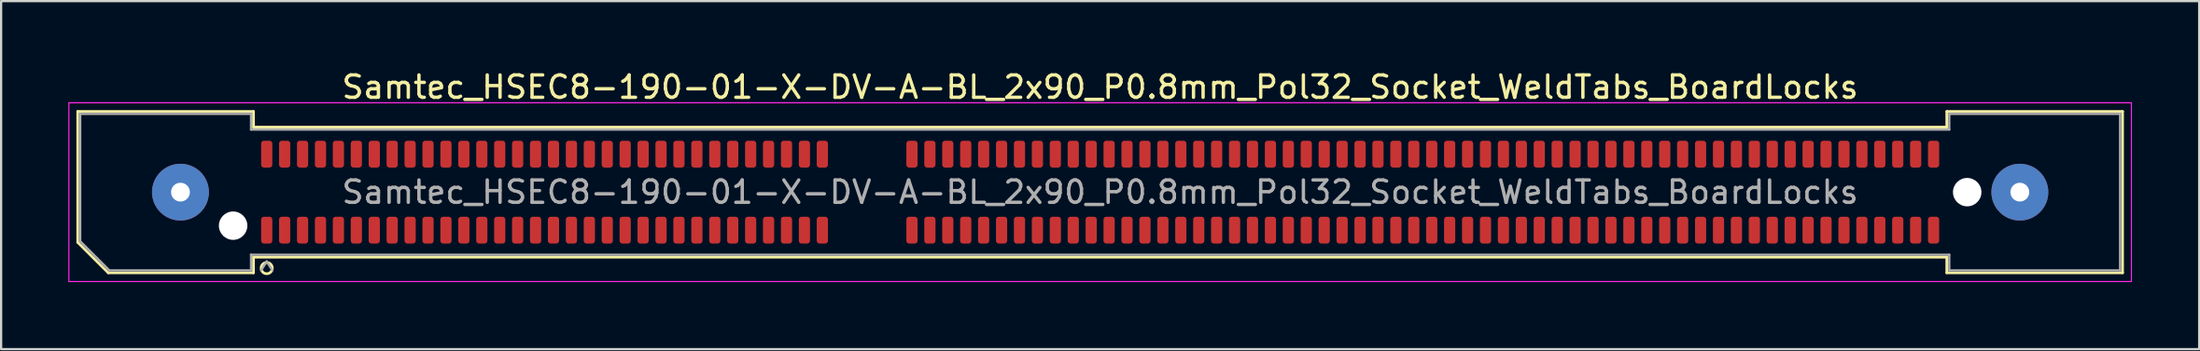
<source format=kicad_pcb>
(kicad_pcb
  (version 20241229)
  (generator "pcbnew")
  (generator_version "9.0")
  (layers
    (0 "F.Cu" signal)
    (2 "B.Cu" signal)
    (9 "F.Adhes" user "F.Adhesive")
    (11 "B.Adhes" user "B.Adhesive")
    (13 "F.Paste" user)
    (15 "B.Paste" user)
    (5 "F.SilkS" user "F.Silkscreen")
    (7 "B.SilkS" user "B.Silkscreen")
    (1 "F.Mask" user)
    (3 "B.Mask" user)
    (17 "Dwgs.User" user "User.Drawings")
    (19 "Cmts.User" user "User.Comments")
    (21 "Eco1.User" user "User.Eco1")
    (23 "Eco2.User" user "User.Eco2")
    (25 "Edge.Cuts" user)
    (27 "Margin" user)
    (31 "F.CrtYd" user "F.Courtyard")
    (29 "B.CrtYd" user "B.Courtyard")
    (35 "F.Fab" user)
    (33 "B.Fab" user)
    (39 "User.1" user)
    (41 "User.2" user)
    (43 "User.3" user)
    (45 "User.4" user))
  (footprint "Samtec_HSEC8-190-01-X-DV-A-BL_2x90_P0.8mm_Pol32_Socket_WeldTabs_BoardLocks"
    (layer "F.Cu")
    (at 46.055 5.548)
    (property "Reference" "Samtec_HSEC8-190-01-X-DV-A-BL_2x90_P0.8mm_Pol32_Socket_WeldTabs_BoardLocks" (at 0 -4.7 0) (layer "F.SilkS") (effects (font (size 1 1) (thickness 0.15))))
    (attr smd)
    (fp_line (start -45.635 -3.61) (end -37.79 -3.61) (stroke (width 0.12) (type solid)) (layer "F.SilkS"))
    (fp_line (start -45.635 2.246) (end -45.635 -3.61) (stroke (width 0.12) (type solid)) (layer "F.SilkS"))
    (fp_line (start -44.271 3.61) (end -45.635 2.246) (stroke (width 0.12) (type solid)) (layer "F.SilkS"))
    (fp_line (start -37.79 -3.61) (end -37.79 -2.91) (stroke (width 0.12) (type solid)) (layer "F.SilkS"))
    (fp_line (start -37.79 -2.91) (end 37.79 -2.91) (stroke (width 0.12) (type solid)) (layer "F.SilkS"))
    (fp_line (start -37.79 2.91) (end -37.79 3.61) (stroke (width 0.12) (type solid)) (layer "F.SilkS"))
    (fp_line (start -37.79 3.61) (end -44.271 3.61) (stroke (width 0.12) (type solid)) (layer "F.SilkS"))
    (fp_line (start 37.79 -3.61) (end 45.635 -3.61) (stroke (width 0.12) (type solid)) (layer "F.SilkS"))
    (fp_line (start 37.79 -2.91) (end 37.79 -3.61) (stroke (width 0.12) (type solid)) (layer "F.SilkS"))
    (fp_line (start 37.79 2.91) (end -37.79 2.91) (stroke (width 0.12) (type solid)) (layer "F.SilkS"))
    (fp_line (start 37.79 3.61) (end 37.79 2.91) (stroke (width 0.12) (type solid)) (layer "F.SilkS"))
    (fp_line (start 45.635 -3.61) (end 45.635 3.61) (stroke (width 0.12) (type solid)) (layer "F.SilkS"))
    (fp_line (start 45.635 3.61) (end 37.79 3.61) (stroke (width 0.12) (type solid)) (layer "F.SilkS"))
    (fp_circle (center -37.2 3.4) (end -36.95 3.4) (stroke (width 0.12) (type solid)) (fill no) (layer "F.SilkS"))
    (fp_line (start -46.03 -4) (end -46.03 4) (stroke (width 0.05) (type solid)) (layer "F.CrtYd"))
    (fp_line (start -46.03 4) (end 46.03 4) (stroke (width 0.05) (type solid)) (layer "F.CrtYd"))
    (fp_line (start 46.03 -4) (end -46.03 -4) (stroke (width 0.05) (type solid)) (layer "F.CrtYd"))
    (fp_line (start 46.03 4) (end 46.03 -4) (stroke (width 0.05) (type solid)) (layer "F.CrtYd"))
    (fp_line (start -45.525 -3.5) (end -37.9 -3.5) (stroke (width 0.1) (type solid)) (layer "F.Fab"))
    (fp_line (start -45.525 2.2) (end -45.525 -3.5) (stroke (width 0.1) (type solid)) (layer "F.Fab"))
    (fp_line (start -44.225 3.5) (end -45.525 2.2) (stroke (width 0.1) (type solid)) (layer "F.Fab"))
    (fp_line (start -37.9 -3.5) (end -37.9 -2.8) (stroke (width 0.1) (type solid)) (layer "F.Fab"))
    (fp_line (start -37.9 -2.8) (end 37.9 -2.8) (stroke (width 0.1) (type solid)) (layer "F.Fab"))
    (fp_line (start -37.9 2.8) (end -37.9 3.5) (stroke (width 0.1) (type solid)) (layer "F.Fab"))
    (fp_line (start -37.9 3.5) (end -44.225 3.5) (stroke (width 0.1) (type solid)) (layer "F.Fab"))
    (fp_line (start -37.2 3.1) (end -37.45 3.5) (stroke (width 0.1) (type solid)) (layer "F.Fab"))
    (fp_line (start -37.2 3.1) (end -36.95 3.5) (stroke (width 0.1) (type solid)) (layer "F.Fab"))
    (fp_line (start 37.9 -3.5) (end 45.525 -3.5) (stroke (width 0.1) (type solid)) (layer "F.Fab"))
    (fp_line (start 37.9 -2.8) (end 37.9 -3.5) (stroke (width 0.1) (type solid)) (layer "F.Fab"))
    (fp_line (start 37.9 2.8) (end -37.9 2.8) (stroke (width 0.1) (type solid)) (layer "F.Fab"))
    (fp_line (start 37.9 3.5) (end 37.9 2.8) (stroke (width 0.1) (type solid)) (layer "F.Fab"))
    (fp_line (start 45.525 -3.5) (end 45.525 3.5) (stroke (width 0.1) (type solid)) (layer "F.Fab"))
    (fp_line (start 45.525 3.5) (end 37.9 3.5) (stroke (width 0.1) (type solid)) (layer "F.Fab"))
    (fp_text user "${REFERENCE}" (at 0 0 0) (layer "F.Fab") (effects (font (size 1 1) (thickness 0.15))))
    (pad "" thru_hole circle (at -41.05 0) (size 2.54 2.54) (drill 0.84) (layers "*.Cu" "*.Mask" "F.Paste"))
    (pad "" np_thru_hole circle (at -38.7 1.5) (size 1.27 1.27) (drill 1.27) (layers "*.Cu" "*.Mask"))
    (pad "" np_thru_hole circle (at 38.7 0) (size 1.27 1.27) (drill 1.27) (layers "*.Cu" "*.Mask"))
    (pad "" thru_hole circle (at 41.05 0) (size 2.54 2.54) (drill 0.84) (layers "*.Cu" "*.Mask" "F.Paste"))
    (pad "1" smd roundrect (at -37.2 1.7) (size 0.5 1.2) (layers "F.Cu" "F.Mask" "F.Paste") (roundrect_rratio 0.25))
    (pad "2" smd roundrect (at -37.2 -1.7) (size 0.5 1.2) (layers "F.Cu" "F.Mask" "F.Paste") (roundrect_rratio 0.25))
    (pad "3" smd roundrect (at -36.4 1.7) (size 0.5 1.2) (layers "F.Cu" "F.Mask" "F.Paste") (roundrect_rratio 0.25))
    (pad "4" smd roundrect (at -36.4 -1.7) (size 0.5 1.2) (layers "F.Cu" "F.Mask" "F.Paste") (roundrect_rratio 0.25))
    (pad "5" smd roundrect (at -35.6 1.7) (size 0.5 1.2) (layers "F.Cu" "F.Mask" "F.Paste") (roundrect_rratio 0.25))
    (pad "6" smd roundrect (at -35.6 -1.7) (size 0.5 1.2) (layers "F.Cu" "F.Mask" "F.Paste") (roundrect_rratio 0.25))
    (pad "7" smd roundrect (at -34.8 1.7) (size 0.5 1.2) (layers "F.Cu" "F.Mask" "F.Paste") (roundrect_rratio 0.25))
    (pad "8" smd roundrect (at -34.8 -1.7) (size 0.5 1.2) (layers "F.Cu" "F.Mask" "F.Paste") (roundrect_rratio 0.25))
    (pad "9" smd roundrect (at -34 1.7) (size 0.5 1.2) (layers "F.Cu" "F.Mask" "F.Paste") (roundrect_rratio 0.25))
    (pad "10" smd roundrect (at -34 -1.7) (size 0.5 1.2) (layers "F.Cu" "F.Mask" "F.Paste") (roundrect_rratio 0.25))
    (pad "11" smd roundrect (at -33.2 1.7) (size 0.5 1.2) (layers "F.Cu" "F.Mask" "F.Paste") (roundrect_rratio 0.25))
    (pad "12" smd roundrect (at -33.2 -1.7) (size 0.5 1.2) (layers "F.Cu" "F.Mask" "F.Paste") (roundrect_rratio 0.25))
    (pad "13" smd roundrect (at -32.4 1.7) (size 0.5 1.2) (layers "F.Cu" "F.Mask" "F.Paste") (roundrect_rratio 0.25))
    (pad "14" smd roundrect (at -32.4 -1.7) (size 0.5 1.2) (layers "F.Cu" "F.Mask" "F.Paste") (roundrect_rratio 0.25))
    (pad "15" smd roundrect (at -31.6 1.7) (size 0.5 1.2) (layers "F.Cu" "F.Mask" "F.Paste") (roundrect_rratio 0.25))
    (pad "16" smd roundrect (at -31.6 -1.7) (size 0.5 1.2) (layers "F.Cu" "F.Mask" "F.Paste") (roundrect_rratio 0.25))
    (pad "17" smd roundrect (at -30.8 1.7) (size 0.5 1.2) (layers "F.Cu" "F.Mask" "F.Paste") (roundrect_rratio 0.25))
    (pad "18" smd roundrect (at -30.8 -1.7) (size 0.5 1.2) (layers "F.Cu" "F.Mask" "F.Paste") (roundrect_rratio 0.25))
    (pad "19" smd roundrect (at -30 1.7) (size 0.5 1.2) (layers "F.Cu" "F.Mask" "F.Paste") (roundrect_rratio 0.25))
    (pad "20" smd roundrect (at -30 -1.7) (size 0.5 1.2) (layers "F.Cu" "F.Mask" "F.Paste") (roundrect_rratio 0.25))
    (pad "21" smd roundrect (at -29.2 1.7) (size 0.5 1.2) (layers "F.Cu" "F.Mask" "F.Paste") (roundrect_rratio 0.25))
    (pad "22" smd roundrect (at -29.2 -1.7) (size 0.5 1.2) (layers "F.Cu" "F.Mask" "F.Paste") (roundrect_rratio 0.25))
    (pad "23" smd roundrect (at -28.4 1.7) (size 0.5 1.2) (layers "F.Cu" "F.Mask" "F.Paste") (roundrect_rratio 0.25))
    (pad "24" smd roundrect (at -28.4 -1.7) (size 0.5 1.2) (layers "F.Cu" "F.Mask" "F.Paste") (roundrect_rratio 0.25))
    (pad "25" smd roundrect (at -27.6 1.7) (size 0.5 1.2) (layers "F.Cu" "F.Mask" "F.Paste") (roundrect_rratio 0.25))
    (pad "26" smd roundrect (at -27.6 -1.7) (size 0.5 1.2) (layers "F.Cu" "F.Mask" "F.Paste") (roundrect_rratio 0.25))
    (pad "27" smd roundrect (at -26.8 1.7) (size 0.5 1.2) (layers "F.Cu" "F.Mask" "F.Paste") (roundrect_rratio 0.25))
    (pad "28" smd roundrect (at -26.8 -1.7) (size 0.5 1.2) (layers "F.Cu" "F.Mask" "F.Paste") (roundrect_rratio 0.25))
    (pad "29" smd roundrect (at -26 1.7) (size 0.5 1.2) (layers "F.Cu" "F.Mask" "F.Paste") (roundrect_rratio 0.25))
    (pad "30" smd roundrect (at -26 -1.7) (size 0.5 1.2) (layers "F.Cu" "F.Mask" "F.Paste") (roundrect_rratio 0.25))
    (pad "31" smd roundrect (at -25.2 1.7) (size 0.5 1.2) (layers "F.Cu" "F.Mask" "F.Paste") (roundrect_rratio 0.25))
    (pad "32" smd roundrect (at -25.2 -1.7) (size 0.5 1.2) (layers "F.Cu" "F.Mask" "F.Paste") (roundrect_rratio 0.25))
    (pad "33" smd roundrect (at -24.4 1.7) (size 0.5 1.2) (layers "F.Cu" "F.Mask" "F.Paste") (roundrect_rratio 0.25))
    (pad "34" smd roundrect (at -24.4 -1.7) (size 0.5 1.2) (layers "F.Cu" "F.Mask" "F.Paste") (roundrect_rratio 0.25))
    (pad "35" smd roundrect (at -23.6 1.7) (size 0.5 1.2) (layers "F.Cu" "F.Mask" "F.Paste") (roundrect_rratio 0.25))
    (pad "36" smd roundrect (at -23.6 -1.7) (size 0.5 1.2) (layers "F.Cu" "F.Mask" "F.Paste") (roundrect_rratio 0.25))
    (pad "37" smd roundrect (at -22.8 1.7) (size 0.5 1.2) (layers "F.Cu" "F.Mask" "F.Paste") (roundrect_rratio 0.25))
    (pad "38" smd roundrect (at -22.8 -1.7) (size 0.5 1.2) (layers "F.Cu" "F.Mask" "F.Paste") (roundrect_rratio 0.25))
    (pad "39" smd roundrect (at -22 1.7) (size 0.5 1.2) (layers "F.Cu" "F.Mask" "F.Paste") (roundrect_rratio 0.25))
    (pad "40" smd roundrect (at -22 -1.7) (size 0.5 1.2) (layers "F.Cu" "F.Mask" "F.Paste") (roundrect_rratio 0.25))
    (pad "41" smd roundrect (at -21.2 1.7) (size 0.5 1.2) (layers "F.Cu" "F.Mask" "F.Paste") (roundrect_rratio 0.25))
    (pad "42" smd roundrect (at -21.2 -1.7) (size 0.5 1.2) (layers "F.Cu" "F.Mask" "F.Paste") (roundrect_rratio 0.25))
    (pad "43" smd roundrect (at -20.4 1.7) (size 0.5 1.2) (layers "F.Cu" "F.Mask" "F.Paste") (roundrect_rratio 0.25))
    (pad "44" smd roundrect (at -20.4 -1.7) (size 0.5 1.2) (layers "F.Cu" "F.Mask" "F.Paste") (roundrect_rratio 0.25))
    (pad "45" smd roundrect (at -19.6 1.7) (size 0.5 1.2) (layers "F.Cu" "F.Mask" "F.Paste") (roundrect_rratio 0.25))
    (pad "46" smd roundrect (at -19.6 -1.7) (size 0.5 1.2) (layers "F.Cu" "F.Mask" "F.Paste") (roundrect_rratio 0.25))
    (pad "47" smd roundrect (at -18.8 1.7) (size 0.5 1.2) (layers "F.Cu" "F.Mask" "F.Paste") (roundrect_rratio 0.25))
    (pad "48" smd roundrect (at -18.8 -1.7) (size 0.5 1.2) (layers "F.Cu" "F.Mask" "F.Paste") (roundrect_rratio 0.25))
    (pad "49" smd roundrect (at -18 1.7) (size 0.5 1.2) (layers "F.Cu" "F.Mask" "F.Paste") (roundrect_rratio 0.25))
    (pad "50" smd roundrect (at -18 -1.7) (size 0.5 1.2) (layers "F.Cu" "F.Mask" "F.Paste") (roundrect_rratio 0.25))
    (pad "51" smd roundrect (at -17.2 1.7) (size 0.5 1.2) (layers "F.Cu" "F.Mask" "F.Paste") (roundrect_rratio 0.25))
    (pad "52" smd roundrect (at -17.2 -1.7) (size 0.5 1.2) (layers "F.Cu" "F.Mask" "F.Paste") (roundrect_rratio 0.25))
    (pad "53" smd roundrect (at -16.4 1.7) (size 0.5 1.2) (layers "F.Cu" "F.Mask" "F.Paste") (roundrect_rratio 0.25))
    (pad "54" smd roundrect (at -16.4 -1.7) (size 0.5 1.2) (layers "F.Cu" "F.Mask" "F.Paste") (roundrect_rratio 0.25))
    (pad "55" smd roundrect (at -15.6 1.7) (size 0.5 1.2) (layers "F.Cu" "F.Mask" "F.Paste") (roundrect_rratio 0.25))
    (pad "56" smd roundrect (at -15.6 -1.7) (size 0.5 1.2) (layers "F.Cu" "F.Mask" "F.Paste") (roundrect_rratio 0.25))
    (pad "57" smd roundrect (at -14.8 1.7) (size 0.5 1.2) (layers "F.Cu" "F.Mask" "F.Paste") (roundrect_rratio 0.25))
    (pad "58" smd roundrect (at -14.8 -1.7) (size 0.5 1.2) (layers "F.Cu" "F.Mask" "F.Paste") (roundrect_rratio 0.25))
    (pad "59" smd roundrect (at -14 1.7) (size 0.5 1.2) (layers "F.Cu" "F.Mask" "F.Paste") (roundrect_rratio 0.25))
    (pad "60" smd roundrect (at -14 -1.7) (size 0.5 1.2) (layers "F.Cu" "F.Mask" "F.Paste") (roundrect_rratio 0.25))
    (pad "61" smd roundrect (at -13.2 1.7) (size 0.5 1.2) (layers "F.Cu" "F.Mask" "F.Paste") (roundrect_rratio 0.25))
    (pad "62" smd roundrect (at -13.2 -1.7) (size 0.5 1.2) (layers "F.Cu" "F.Mask" "F.Paste") (roundrect_rratio 0.25))
    (pad "63" smd roundrect (at -12.4 1.7) (size 0.5 1.2) (layers "F.Cu" "F.Mask" "F.Paste") (roundrect_rratio 0.25))
    (pad "64" smd roundrect (at -12.4 -1.7) (size 0.5 1.2) (layers "F.Cu" "F.Mask" "F.Paste") (roundrect_rratio 0.25))
    (pad "65" smd roundrect (at -8.4 1.7) (size 0.5 1.2) (layers "F.Cu" "F.Mask" "F.Paste") (roundrect_rratio 0.25))
    (pad "66" smd roundrect (at -8.4 -1.7) (size 0.5 1.2) (layers "F.Cu" "F.Mask" "F.Paste") (roundrect_rratio 0.25))
    (pad "67" smd roundrect (at -7.6 1.7) (size 0.5 1.2) (layers "F.Cu" "F.Mask" "F.Paste") (roundrect_rratio 0.25))
    (pad "68" smd roundrect (at -7.6 -1.7) (size 0.5 1.2) (layers "F.Cu" "F.Mask" "F.Paste") (roundrect_rratio 0.25))
    (pad "69" smd roundrect (at -6.8 1.7) (size 0.5 1.2) (layers "F.Cu" "F.Mask" "F.Paste") (roundrect_rratio 0.25))
    (pad "70" smd roundrect (at -6.8 -1.7) (size 0.5 1.2) (layers "F.Cu" "F.Mask" "F.Paste") (roundrect_rratio 0.25))
    (pad "71" smd roundrect (at -6 1.7) (size 0.5 1.2) (layers "F.Cu" "F.Mask" "F.Paste") (roundrect_rratio 0.25))
    (pad "72" smd roundrect (at -6 -1.7) (size 0.5 1.2) (layers "F.Cu" "F.Mask" "F.Paste") (roundrect_rratio 0.25))
    (pad "73" smd roundrect (at -5.2 1.7) (size 0.5 1.2) (layers "F.Cu" "F.Mask" "F.Paste") (roundrect_rratio 0.25))
    (pad "74" smd roundrect (at -5.2 -1.7) (size 0.5 1.2) (layers "F.Cu" "F.Mask" "F.Paste") (roundrect_rratio 0.25))
    (pad "75" smd roundrect (at -4.4 1.7) (size 0.5 1.2) (layers "F.Cu" "F.Mask" "F.Paste") (roundrect_rratio 0.25))
    (pad "76" smd roundrect (at -4.4 -1.7) (size 0.5 1.2) (layers "F.Cu" "F.Mask" "F.Paste") (roundrect_rratio 0.25))
    (pad "77" smd roundrect (at -3.6 1.7) (size 0.5 1.2) (layers "F.Cu" "F.Mask" "F.Paste") (roundrect_rratio 0.25))
    (pad "78" smd roundrect (at -3.6 -1.7) (size 0.5 1.2) (layers "F.Cu" "F.Mask" "F.Paste") (roundrect_rratio 0.25))
    (pad "79" smd roundrect (at -2.8 1.7) (size 0.5 1.2) (layers "F.Cu" "F.Mask" "F.Paste") (roundrect_rratio 0.25))
    (pad "80" smd roundrect (at -2.8 -1.7) (size 0.5 1.2) (layers "F.Cu" "F.Mask" "F.Paste") (roundrect_rratio 0.25))
    (pad "81" smd roundrect (at -2 1.7) (size 0.5 1.2) (layers "F.Cu" "F.Mask" "F.Paste") (roundrect_rratio 0.25))
    (pad "82" smd roundrect (at -2 -1.7) (size 0.5 1.2) (layers "F.Cu" "F.Mask" "F.Paste") (roundrect_rratio 0.25))
    (pad "83" smd roundrect (at -1.2 1.7) (size 0.5 1.2) (layers "F.Cu" "F.Mask" "F.Paste") (roundrect_rratio 0.25))
    (pad "84" smd roundrect (at -1.2 -1.7) (size 0.5 1.2) (layers "F.Cu" "F.Mask" "F.Paste") (roundrect_rratio 0.25))
    (pad "85" smd roundrect (at -0.4 1.7) (size 0.5 1.2) (layers "F.Cu" "F.Mask" "F.Paste") (roundrect_rratio 0.25))
    (pad "86" smd roundrect (at -0.4 -1.7) (size 0.5 1.2) (layers "F.Cu" "F.Mask" "F.Paste") (roundrect_rratio 0.25))
    (pad "87" smd roundrect (at 0.4 1.7) (size 0.5 1.2) (layers "F.Cu" "F.Mask" "F.Paste") (roundrect_rratio 0.25))
    (pad "88" smd roundrect (at 0.4 -1.7) (size 0.5 1.2) (layers "F.Cu" "F.Mask" "F.Paste") (roundrect_rratio 0.25))
    (pad "89" smd roundrect (at 1.2 1.7) (size 0.5 1.2) (layers "F.Cu" "F.Mask" "F.Paste") (roundrect_rratio 0.25))
    (pad "90" smd roundrect (at 1.2 -1.7) (size 0.5 1.2) (layers "F.Cu" "F.Mask" "F.Paste") (roundrect_rratio 0.25))
    (pad "91" smd roundrect (at 2 1.7) (size 0.5 1.2) (layers "F.Cu" "F.Mask" "F.Paste") (roundrect_rratio 0.25))
    (pad "92" smd roundrect (at 2 -1.7) (size 0.5 1.2) (layers "F.Cu" "F.Mask" "F.Paste") (roundrect_rratio 0.25))
    (pad "93" smd roundrect (at 2.8 1.7) (size 0.5 1.2) (layers "F.Cu" "F.Mask" "F.Paste") (roundrect_rratio 0.25))
    (pad "94" smd roundrect (at 2.8 -1.7) (size 0.5 1.2) (layers "F.Cu" "F.Mask" "F.Paste") (roundrect_rratio 0.25))
    (pad "95" smd roundrect (at 3.6 1.7) (size 0.5 1.2) (layers "F.Cu" "F.Mask" "F.Paste") (roundrect_rratio 0.25))
    (pad "96" smd roundrect (at 3.6 -1.7) (size 0.5 1.2) (layers "F.Cu" "F.Mask" "F.Paste") (roundrect_rratio 0.25))
    (pad "97" smd roundrect (at 4.4 1.7) (size 0.5 1.2) (layers "F.Cu" "F.Mask" "F.Paste") (roundrect_rratio 0.25))
    (pad "98" smd roundrect (at 4.4 -1.7) (size 0.5 1.2) (layers "F.Cu" "F.Mask" "F.Paste") (roundrect_rratio 0.25))
    (pad "99" smd roundrect (at 5.2 1.7) (size 0.5 1.2) (layers "F.Cu" "F.Mask" "F.Paste") (roundrect_rratio 0.25))
    (pad "100" smd roundrect (at 5.2 -1.7) (size 0.5 1.2) (layers "F.Cu" "F.Mask" "F.Paste") (roundrect_rratio 0.25))
    (pad "101" smd roundrect (at 6 1.7) (size 0.5 1.2) (layers "F.Cu" "F.Mask" "F.Paste") (roundrect_rratio 0.25))
    (pad "102" smd roundrect (at 6 -1.7) (size 0.5 1.2) (layers "F.Cu" "F.Mask" "F.Paste") (roundrect_rratio 0.25))
    (pad "103" smd roundrect (at 6.8 1.7) (size 0.5 1.2) (layers "F.Cu" "F.Mask" "F.Paste") (roundrect_rratio 0.25))
    (pad "104" smd roundrect (at 6.8 -1.7) (size 0.5 1.2) (layers "F.Cu" "F.Mask" "F.Paste") (roundrect_rratio 0.25))
    (pad "105" smd roundrect (at 7.6 1.7) (size 0.5 1.2) (layers "F.Cu" "F.Mask" "F.Paste") (roundrect_rratio 0.25))
    (pad "106" smd roundrect (at 7.6 -1.7) (size 0.5 1.2) (layers "F.Cu" "F.Mask" "F.Paste") (roundrect_rratio 0.25))
    (pad "107" smd roundrect (at 8.4 1.7) (size 0.5 1.2) (layers "F.Cu" "F.Mask" "F.Paste") (roundrect_rratio 0.25))
    (pad "108" smd roundrect (at 8.4 -1.7) (size 0.5 1.2) (layers "F.Cu" "F.Mask" "F.Paste") (roundrect_rratio 0.25))
    (pad "109" smd roundrect (at 9.2 1.7) (size 0.5 1.2) (layers "F.Cu" "F.Mask" "F.Paste") (roundrect_rratio 0.25))
    (pad "110" smd roundrect (at 9.2 -1.7) (size 0.5 1.2) (layers "F.Cu" "F.Mask" "F.Paste") (roundrect_rratio 0.25))
    (pad "111" smd roundrect (at 10 1.7) (size 0.5 1.2) (layers "F.Cu" "F.Mask" "F.Paste") (roundrect_rratio 0.25))
    (pad "112" smd roundrect (at 10 -1.7) (size 0.5 1.2) (layers "F.Cu" "F.Mask" "F.Paste") (roundrect_rratio 0.25))
    (pad "113" smd roundrect (at 10.8 1.7) (size 0.5 1.2) (layers "F.Cu" "F.Mask" "F.Paste") (roundrect_rratio 0.25))
    (pad "114" smd roundrect (at 10.8 -1.7) (size 0.5 1.2) (layers "F.Cu" "F.Mask" "F.Paste") (roundrect_rratio 0.25))
    (pad "115" smd roundrect (at 11.6 1.7) (size 0.5 1.2) (layers "F.Cu" "F.Mask" "F.Paste") (roundrect_rratio 0.25))
    (pad "116" smd roundrect (at 11.6 -1.7) (size 0.5 1.2) (layers "F.Cu" "F.Mask" "F.Paste") (roundrect_rratio 0.25))
    (pad "117" smd roundrect (at 12.4 1.7) (size 0.5 1.2) (layers "F.Cu" "F.Mask" "F.Paste") (roundrect_rratio 0.25))
    (pad "118" smd roundrect (at 12.4 -1.7) (size 0.5 1.2) (layers "F.Cu" "F.Mask" "F.Paste") (roundrect_rratio 0.25))
    (pad "119" smd roundrect (at 13.2 1.7) (size 0.5 1.2) (layers "F.Cu" "F.Mask" "F.Paste") (roundrect_rratio 0.25))
    (pad "120" smd roundrect (at 13.2 -1.7) (size 0.5 1.2) (layers "F.Cu" "F.Mask" "F.Paste") (roundrect_rratio 0.25))
    (pad "121" smd roundrect (at 14 1.7) (size 0.5 1.2) (layers "F.Cu" "F.Mask" "F.Paste") (roundrect_rratio 0.25))
    (pad "122" smd roundrect (at 14 -1.7) (size 0.5 1.2) (layers "F.Cu" "F.Mask" "F.Paste") (roundrect_rratio 0.25))
    (pad "123" smd roundrect (at 14.8 1.7) (size 0.5 1.2) (layers "F.Cu" "F.Mask" "F.Paste") (roundrect_rratio 0.25))
    (pad "124" smd roundrect (at 14.8 -1.7) (size 0.5 1.2) (layers "F.Cu" "F.Mask" "F.Paste") (roundrect_rratio 0.25))
    (pad "125" smd roundrect (at 15.6 1.7) (size 0.5 1.2) (layers "F.Cu" "F.Mask" "F.Paste") (roundrect_rratio 0.25))
    (pad "126" smd roundrect (at 15.6 -1.7) (size 0.5 1.2) (layers "F.Cu" "F.Mask" "F.Paste") (roundrect_rratio 0.25))
    (pad "127" smd roundrect (at 16.4 1.7) (size 0.5 1.2) (layers "F.Cu" "F.Mask" "F.Paste") (roundrect_rratio 0.25))
    (pad "128" smd roundrect (at 16.4 -1.7) (size 0.5 1.2) (layers "F.Cu" "F.Mask" "F.Paste") (roundrect_rratio 0.25))
    (pad "129" smd roundrect (at 17.2 1.7) (size 0.5 1.2) (layers "F.Cu" "F.Mask" "F.Paste") (roundrect_rratio 0.25))
    (pad "130" smd roundrect (at 17.2 -1.7) (size 0.5 1.2) (layers "F.Cu" "F.Mask" "F.Paste") (roundrect_rratio 0.25))
    (pad "131" smd roundrect (at 18 1.7) (size 0.5 1.2) (layers "F.Cu" "F.Mask" "F.Paste") (roundrect_rratio 0.25))
    (pad "132" smd roundrect (at 18 -1.7) (size 0.5 1.2) (layers "F.Cu" "F.Mask" "F.Paste") (roundrect_rratio 0.25))
    (pad "133" smd roundrect (at 18.8 1.7) (size 0.5 1.2) (layers "F.Cu" "F.Mask" "F.Paste") (roundrect_rratio 0.25))
    (pad "134" smd roundrect (at 18.8 -1.7) (size 0.5 1.2) (layers "F.Cu" "F.Mask" "F.Paste") (roundrect_rratio 0.25))
    (pad "135" smd roundrect (at 19.6 1.7) (size 0.5 1.2) (layers "F.Cu" "F.Mask" "F.Paste") (roundrect_rratio 0.25))
    (pad "136" smd roundrect (at 19.6 -1.7) (size 0.5 1.2) (layers "F.Cu" "F.Mask" "F.Paste") (roundrect_rratio 0.25))
    (pad "137" smd roundrect (at 20.4 1.7) (size 0.5 1.2) (layers "F.Cu" "F.Mask" "F.Paste") (roundrect_rratio 0.25))
    (pad "138" smd roundrect (at 20.4 -1.7) (size 0.5 1.2) (layers "F.Cu" "F.Mask" "F.Paste") (roundrect_rratio 0.25))
    (pad "139" smd roundrect (at 21.2 1.7) (size 0.5 1.2) (layers "F.Cu" "F.Mask" "F.Paste") (roundrect_rratio 0.25))
    (pad "140" smd roundrect (at 21.2 -1.7) (size 0.5 1.2) (layers "F.Cu" "F.Mask" "F.Paste") (roundrect_rratio 0.25))
    (pad "141" smd roundrect (at 22 1.7) (size 0.5 1.2) (layers "F.Cu" "F.Mask" "F.Paste") (roundrect_rratio 0.25))
    (pad "142" smd roundrect (at 22 -1.7) (size 0.5 1.2) (layers "F.Cu" "F.Mask" "F.Paste") (roundrect_rratio 0.25))
    (pad "143" smd roundrect (at 22.8 1.7) (size 0.5 1.2) (layers "F.Cu" "F.Mask" "F.Paste") (roundrect_rratio 0.25))
    (pad "144" smd roundrect (at 22.8 -1.7) (size 0.5 1.2) (layers "F.Cu" "F.Mask" "F.Paste") (roundrect_rratio 0.25))
    (pad "145" smd roundrect (at 23.6 1.7) (size 0.5 1.2) (layers "F.Cu" "F.Mask" "F.Paste") (roundrect_rratio 0.25))
    (pad "146" smd roundrect (at 23.6 -1.7) (size 0.5 1.2) (layers "F.Cu" "F.Mask" "F.Paste") (roundrect_rratio 0.25))
    (pad "147" smd roundrect (at 24.4 1.7) (size 0.5 1.2) (layers "F.Cu" "F.Mask" "F.Paste") (roundrect_rratio 0.25))
    (pad "148" smd roundrect (at 24.4 -1.7) (size 0.5 1.2) (layers "F.Cu" "F.Mask" "F.Paste") (roundrect_rratio 0.25))
    (pad "149" smd roundrect (at 25.2 1.7) (size 0.5 1.2) (layers "F.Cu" "F.Mask" "F.Paste") (roundrect_rratio 0.25))
    (pad "150" smd roundrect (at 25.2 -1.7) (size 0.5 1.2) (layers "F.Cu" "F.Mask" "F.Paste") (roundrect_rratio 0.25))
    (pad "151" smd roundrect (at 26 1.7) (size 0.5 1.2) (layers "F.Cu" "F.Mask" "F.Paste") (roundrect_rratio 0.25))
    (pad "152" smd roundrect (at 26 -1.7) (size 0.5 1.2) (layers "F.Cu" "F.Mask" "F.Paste") (roundrect_rratio 0.25))
    (pad "153" smd roundrect (at 26.8 1.7) (size 0.5 1.2) (layers "F.Cu" "F.Mask" "F.Paste") (roundrect_rratio 0.25))
    (pad "154" smd roundrect (at 26.8 -1.7) (size 0.5 1.2) (layers "F.Cu" "F.Mask" "F.Paste") (roundrect_rratio 0.25))
    (pad "155" smd roundrect (at 27.6 1.7) (size 0.5 1.2) (layers "F.Cu" "F.Mask" "F.Paste") (roundrect_rratio 0.25))
    (pad "156" smd roundrect (at 27.6 -1.7) (size 0.5 1.2) (layers "F.Cu" "F.Mask" "F.Paste") (roundrect_rratio 0.25))
    (pad "157" smd roundrect (at 28.4 1.7) (size 0.5 1.2) (layers "F.Cu" "F.Mask" "F.Paste") (roundrect_rratio 0.25))
    (pad "158" smd roundrect (at 28.4 -1.7) (size 0.5 1.2) (layers "F.Cu" "F.Mask" "F.Paste") (roundrect_rratio 0.25))
    (pad "159" smd roundrect (at 29.2 1.7) (size 0.5 1.2) (layers "F.Cu" "F.Mask" "F.Paste") (roundrect_rratio 0.25))
    (pad "160" smd roundrect (at 29.2 -1.7) (size 0.5 1.2) (layers "F.Cu" "F.Mask" "F.Paste") (roundrect_rratio 0.25))
    (pad "161" smd roundrect (at 30 1.7) (size 0.5 1.2) (layers "F.Cu" "F.Mask" "F.Paste") (roundrect_rratio 0.25))
    (pad "162" smd roundrect (at 30 -1.7) (size 0.5 1.2) (layers "F.Cu" "F.Mask" "F.Paste") (roundrect_rratio 0.25))
    (pad "163" smd roundrect (at 30.8 1.7) (size 0.5 1.2) (layers "F.Cu" "F.Mask" "F.Paste") (roundrect_rratio 0.25))
    (pad "164" smd roundrect (at 30.8 -1.7) (size 0.5 1.2) (layers "F.Cu" "F.Mask" "F.Paste") (roundrect_rratio 0.25))
    (pad "165" smd roundrect (at 31.6 1.7) (size 0.5 1.2) (layers "F.Cu" "F.Mask" "F.Paste") (roundrect_rratio 0.25))
    (pad "166" smd roundrect (at 31.6 -1.7) (size 0.5 1.2) (layers "F.Cu" "F.Mask" "F.Paste") (roundrect_rratio 0.25))
    (pad "167" smd roundrect (at 32.4 1.7) (size 0.5 1.2) (layers "F.Cu" "F.Mask" "F.Paste") (roundrect_rratio 0.25))
    (pad "168" smd roundrect (at 32.4 -1.7) (size 0.5 1.2) (layers "F.Cu" "F.Mask" "F.Paste") (roundrect_rratio 0.25))
    (pad "169" smd roundrect (at 33.2 1.7) (size 0.5 1.2) (layers "F.Cu" "F.Mask" "F.Paste") (roundrect_rratio 0.25))
    (pad "170" smd roundrect (at 33.2 -1.7) (size 0.5 1.2) (layers "F.Cu" "F.Mask" "F.Paste") (roundrect_rratio 0.25))
    (pad "171" smd roundrect (at 34 1.7) (size 0.5 1.2) (layers "F.Cu" "F.Mask" "F.Paste") (roundrect_rratio 0.25))
    (pad "172" smd roundrect (at 34 -1.7) (size 0.5 1.2) (layers "F.Cu" "F.Mask" "F.Paste") (roundrect_rratio 0.25))
    (pad "173" smd roundrect (at 34.8 1.7) (size 0.5 1.2) (layers "F.Cu" "F.Mask" "F.Paste") (roundrect_rratio 0.25))
    (pad "174" smd roundrect (at 34.8 -1.7) (size 0.5 1.2) (layers "F.Cu" "F.Mask" "F.Paste") (roundrect_rratio 0.25))
    (pad "175" smd roundrect (at 35.6 1.7) (size 0.5 1.2) (layers "F.Cu" "F.Mask" "F.Paste") (roundrect_rratio 0.25))
    (pad "176" smd roundrect (at 35.6 -1.7) (size 0.5 1.2) (layers "F.Cu" "F.Mask" "F.Paste") (roundrect_rratio 0.25))
    (pad "177" smd roundrect (at 36.4 1.7) (size 0.5 1.2) (layers "F.Cu" "F.Mask" "F.Paste") (roundrect_rratio 0.25))
    (pad "178" smd roundrect (at 36.4 -1.7) (size 0.5 1.2) (layers "F.Cu" "F.Mask" "F.Paste") (roundrect_rratio 0.25))
    (pad "179" smd roundrect (at 37.2 1.7) (size 0.5 1.2) (layers "F.Cu" "F.Mask" "F.Paste") (roundrect_rratio 0.25))
    (pad "180" smd roundrect (at 37.2 -1.7) (size 0.5 1.2) (layers "F.Cu" "F.Mask" "F.Paste") (roundrect_rratio 0.25)))
  (gr_rect
    (start -3 -3)
    (end 95.11 12.573)
    (stroke (width 0.1) (type default))
    (fill no)
    (layer "Edge.Cuts")))
</source>
